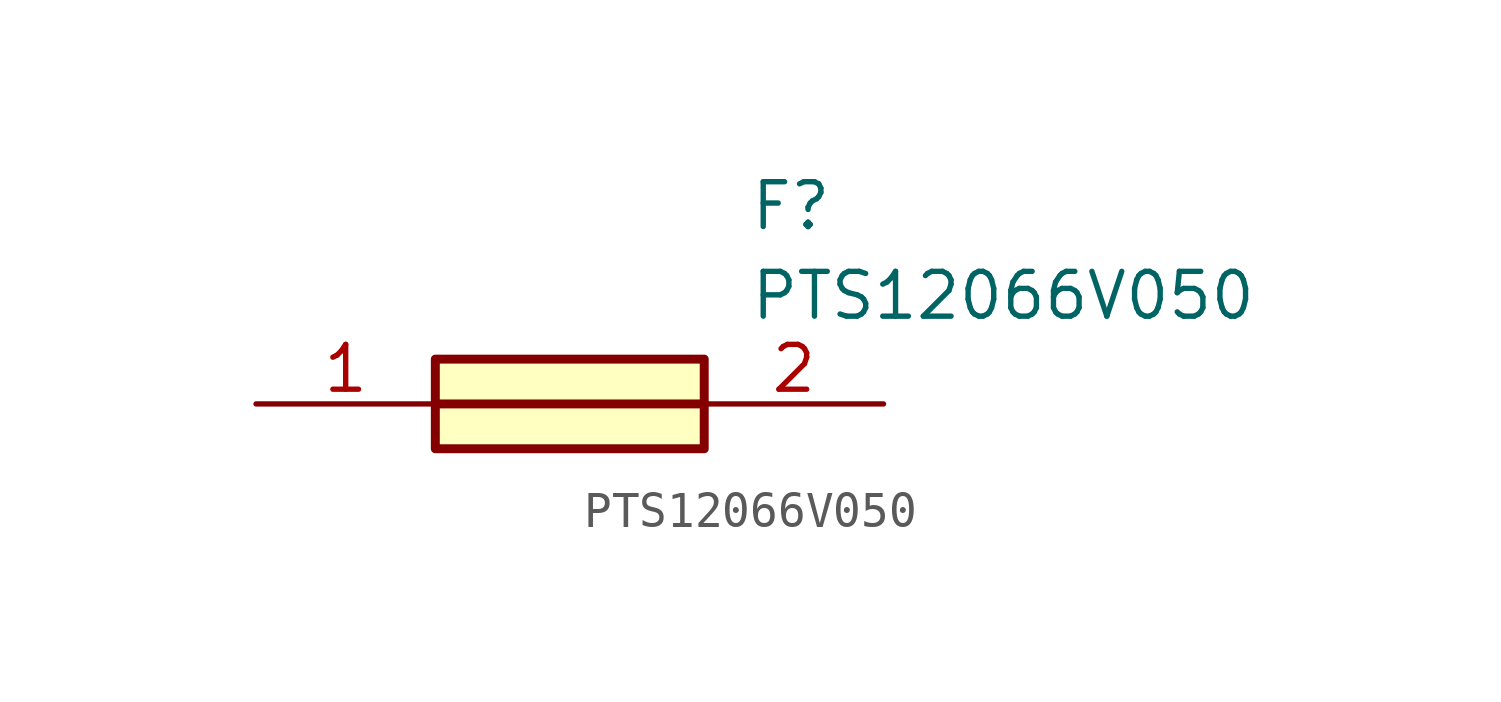
<source format=kicad_sym>
(kicad_symbol_lib
  (version 20211014)
  (generator SamacSys_ECAD_Model)
  (symbol "PTS12066V050"
    (pin_names hide)
    (property "Reference" "F"
      (at 13.97 6.35 0)
      (effects (font (size 1.27 1.27)) (justify left top)))
    (property "Value" "PTS12066V050"
      (at 13.97 3.81 0)
      (effects (font (size 1.27 1.27)) (justify left top)))
    (rectangle
      (start 5.08 1.27)
      (end 12.7 -1.27)
      (stroke (width 0.254) (type default))
      (fill (type background)))
    (polyline
      (pts (xy 5.08 0) (xy 12.7 0))
      (stroke (width 0.254) (type default))
      (fill (type none)))
    (pin passive line
      (at 0 0 0)
      (length 5.08)
      (name "1" (effects (font (size 1.27 1.27))))
      (number "1" (effects (font (size 1.27 1.27)))))
    (pin passive line
      (at 17.78 0 180)
      (length 5.08)
      (name "2" (effects (font (size 1.27 1.27))))
      (number "2" (effects (font (size 1.27 1.27)))))))
</source>
